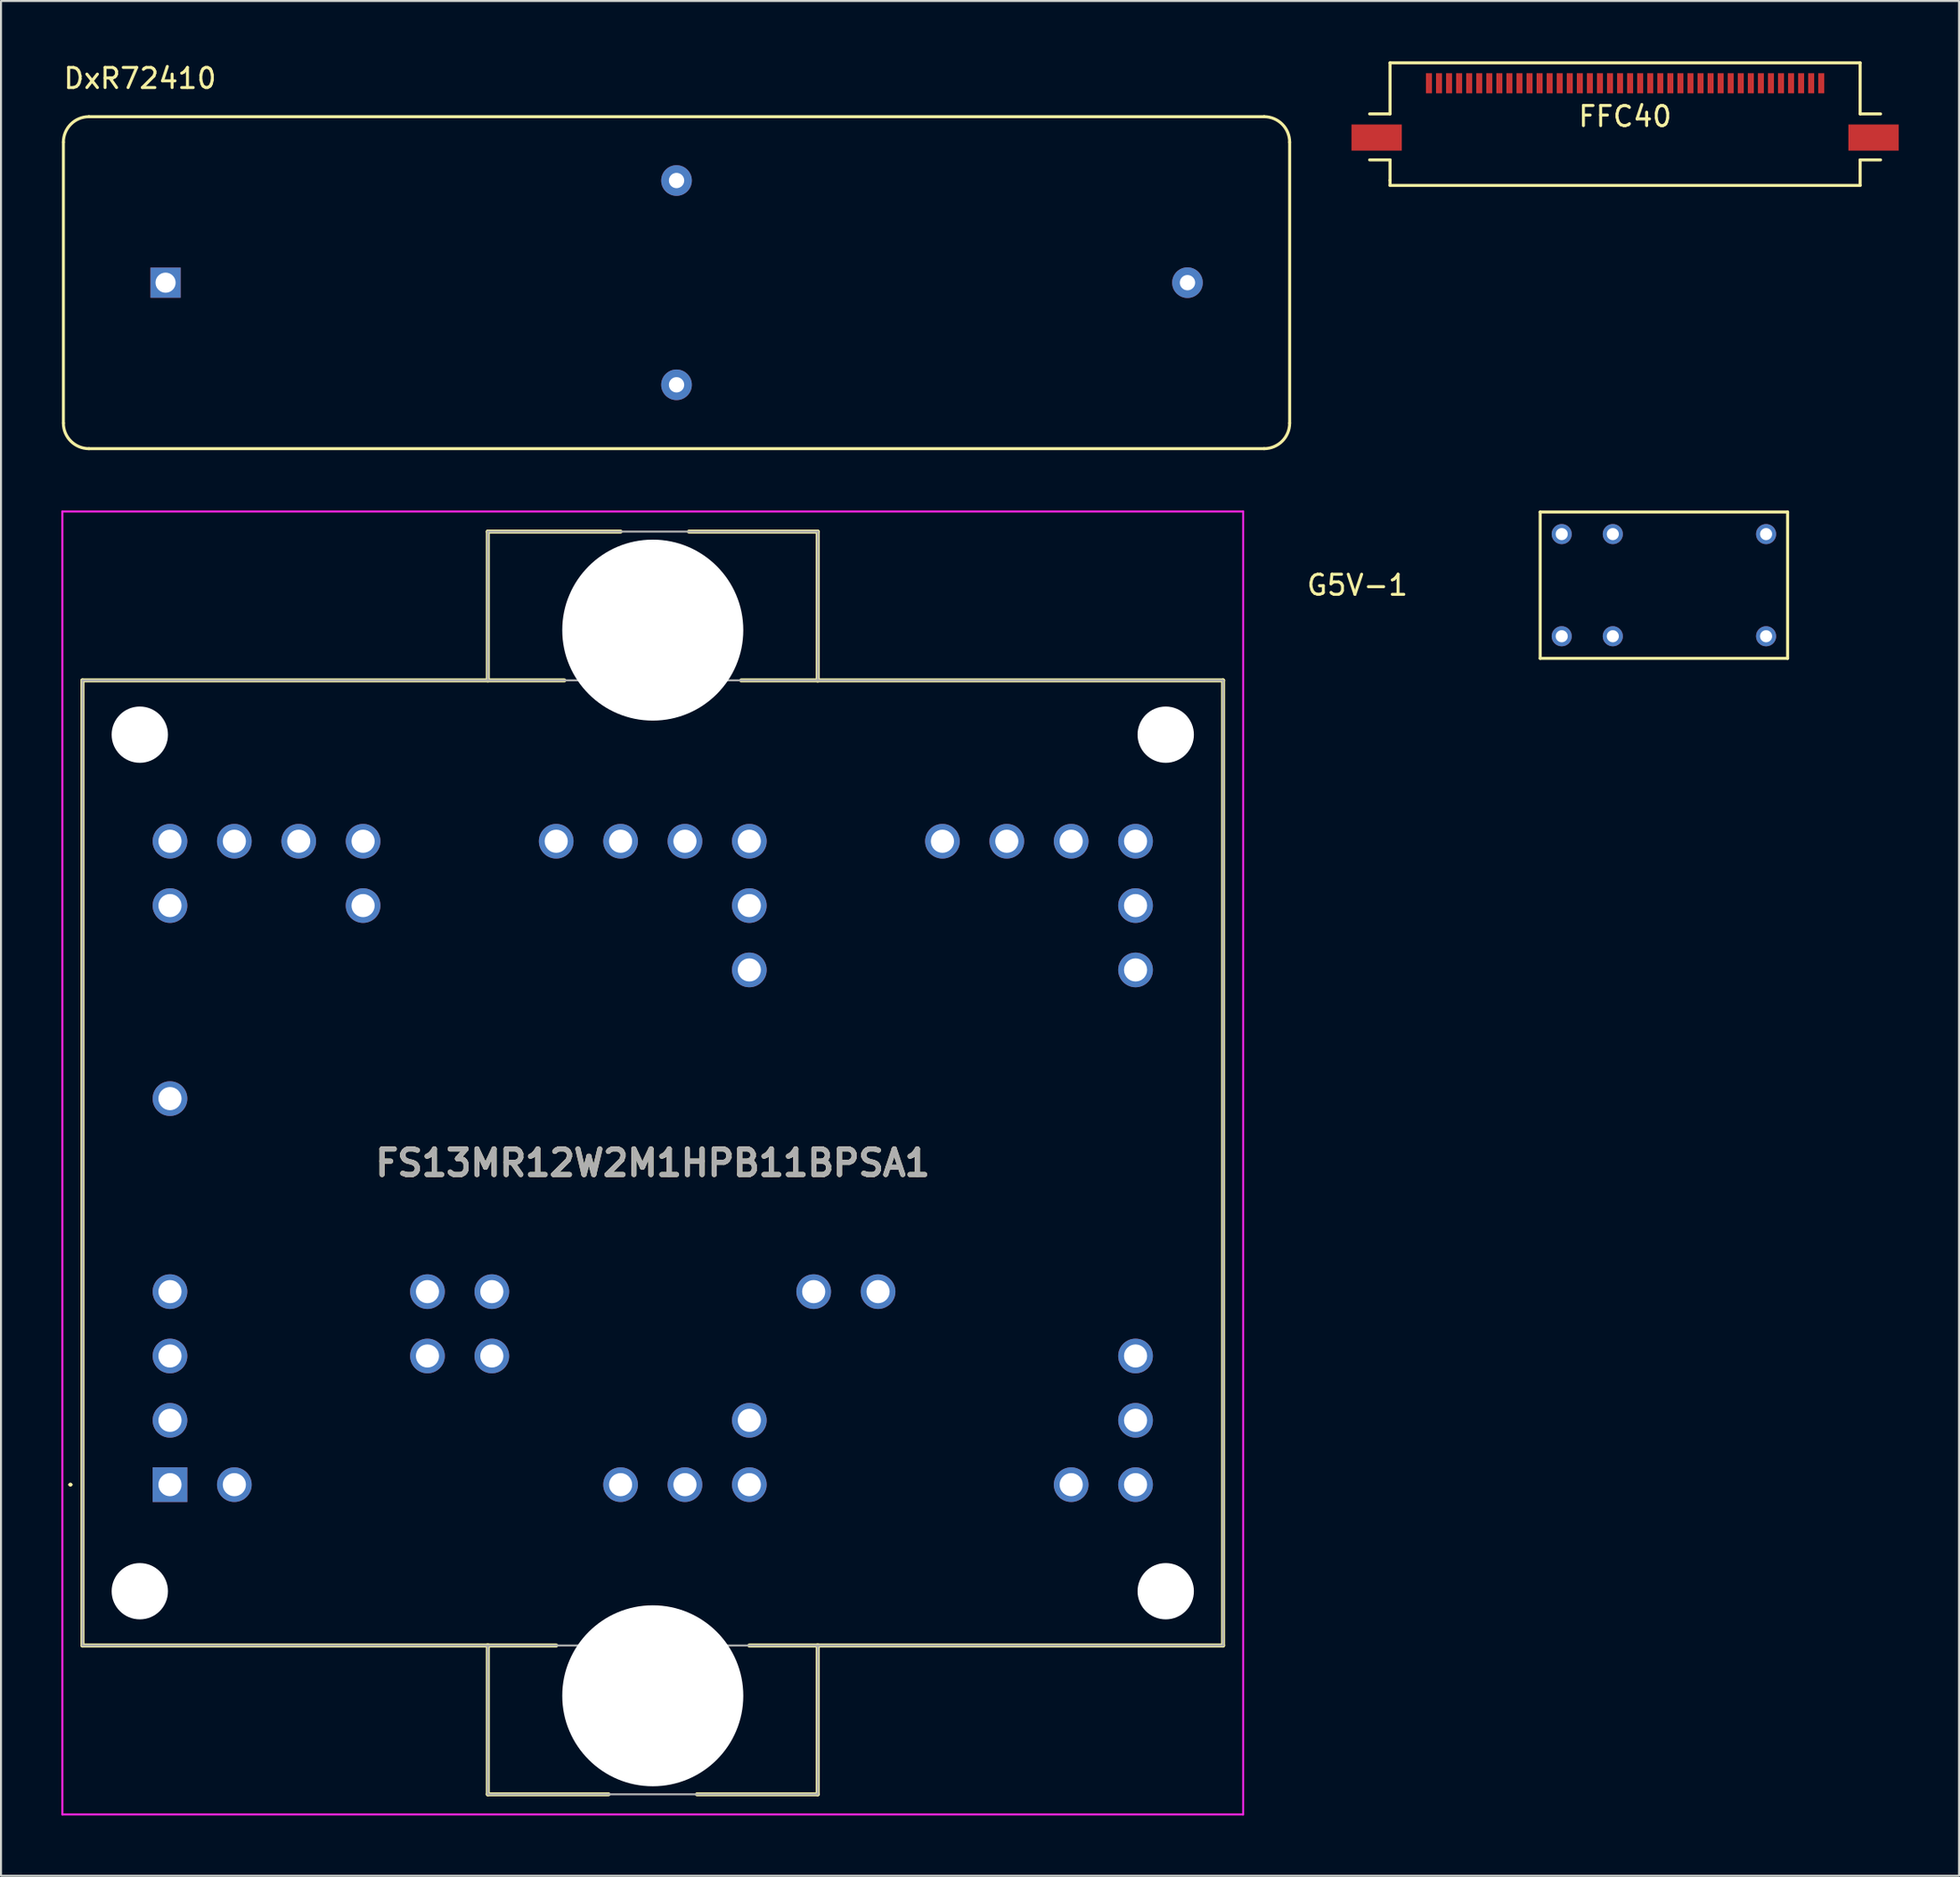
<source format=kicad_pcb>
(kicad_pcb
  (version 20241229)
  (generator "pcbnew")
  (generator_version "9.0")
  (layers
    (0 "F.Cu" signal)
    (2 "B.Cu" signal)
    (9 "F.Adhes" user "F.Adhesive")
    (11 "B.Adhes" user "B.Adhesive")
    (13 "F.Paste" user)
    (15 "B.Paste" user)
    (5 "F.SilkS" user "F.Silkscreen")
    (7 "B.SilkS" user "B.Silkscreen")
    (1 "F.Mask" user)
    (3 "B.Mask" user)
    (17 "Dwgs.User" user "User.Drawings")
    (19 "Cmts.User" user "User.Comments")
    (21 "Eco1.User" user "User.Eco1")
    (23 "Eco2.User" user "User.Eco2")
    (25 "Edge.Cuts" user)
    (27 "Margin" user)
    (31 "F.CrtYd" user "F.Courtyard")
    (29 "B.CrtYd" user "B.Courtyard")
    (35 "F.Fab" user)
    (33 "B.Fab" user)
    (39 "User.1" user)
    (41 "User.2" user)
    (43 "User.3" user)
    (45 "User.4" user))
  (footprint "FS13MR12W2M1HPB11BPSA1"
    (layer "F.Cu")
    (at 5.4 70.788)
    (property "Reference" "FS13MR12W2M1HPB11BPSA1" (at 24 -16 0) (layer "F.SilkS") (effects (font (size 1.27 1.27) (thickness 0.254))))
    (attr through_hole)
    (fp_line (start -5 0) (end -5 0) (stroke (width 0.1) (type solid)) (layer "F.SilkS"))
    (fp_line (start -4.9 0) (end -4.9 0) (stroke (width 0.1) (type solid)) (layer "F.SilkS"))
    (fp_line (start -4.35 -40) (end 19.6 -40) (stroke (width 0.2) (type solid)) (layer "F.SilkS"))
    (fp_line (start -4.35 8) (end -4.35 -40) (stroke (width 0.2) (type solid)) (layer "F.SilkS"))
    (fp_line (start 15.8 -47.4) (end 22.4 -47.4) (stroke (width 0.2) (type solid)) (layer "F.SilkS"))
    (fp_line (start 15.8 -40) (end 15.8 -47.4) (stroke (width 0.2) (type solid)) (layer "F.SilkS"))
    (fp_line (start 15.8 8) (end -4.35 8) (stroke (width 0.2) (type solid)) (layer "F.SilkS"))
    (fp_line (start 15.8 8) (end 15.8 8) (stroke (width 0.2) (type solid)) (layer "F.SilkS"))
    (fp_line (start 15.8 8) (end 19.2 8) (stroke (width 0.2) (type solid)) (layer "F.SilkS"))
    (fp_line (start 15.8 15.4) (end 15.8 8) (stroke (width 0.2) (type solid)) (layer "F.SilkS"))
    (fp_line (start 21.8 15.4) (end 15.8 15.4) (stroke (width 0.2) (type solid)) (layer "F.SilkS"))
    (fp_line (start 25.8 -47.4) (end 32.2 -47.4) (stroke (width 0.2) (type solid)) (layer "F.SilkS"))
    (fp_line (start 26.2 15.4) (end 32.2 15.4) (stroke (width 0.2) (type solid)) (layer "F.SilkS"))
    (fp_line (start 32.2 -47.4) (end 32.2 -40) (stroke (width 0.2) (type solid)) (layer "F.SilkS"))
    (fp_line (start 32.2 -40) (end 28.4 -40) (stroke (width 0.2) (type solid)) (layer "F.SilkS"))
    (fp_line (start 32.2 -40) (end 52.35 -40) (stroke (width 0.2) (type solid)) (layer "F.SilkS"))
    (fp_line (start 32.2 8) (end 28.8 8) (stroke (width 0.2) (type solid)) (layer "F.SilkS"))
    (fp_line (start 32.2 15.4) (end 32.2 8) (stroke (width 0.2) (type solid)) (layer "F.SilkS"))
    (fp_line (start 52.35 -40) (end 52.35 8) (stroke (width 0.2) (type solid)) (layer "F.SilkS"))
    (fp_line (start 52.35 8) (end 32.2 8) (stroke (width 0.2) (type solid)) (layer "F.SilkS"))
    (fp_arc (start -5 0) (mid -4.95 -0.05) (end -4.9 0) (stroke (width 0.1) (type solid)) (layer "F.SilkS"))
    (fp_arc (start -4.9 0) (mid -4.95 0.05) (end -5 0) (stroke (width 0.1) (type solid)) (layer "F.SilkS"))
    (fp_line (start -5.35 -48.4) (end -5.35 16.4) (stroke (width 0.1) (type solid)) (layer "F.CrtYd"))
    (fp_line (start -5.35 16.4) (end 53.35 16.4) (stroke (width 0.1) (type solid)) (layer "F.CrtYd"))
    (fp_line (start 53.35 -48.4) (end -5.35 -48.4) (stroke (width 0.1) (type solid)) (layer "F.CrtYd"))
    (fp_line (start 53.35 16.4) (end 53.35 -48.4) (stroke (width 0.1) (type solid)) (layer "F.CrtYd"))
    (fp_line (start -4.35 -40) (end -4.35 8) (stroke (width 0.1) (type solid)) (layer "F.Fab"))
    (fp_line (start -4.35 8) (end 52.35 8) (stroke (width 0.1) (type solid)) (layer "F.Fab"))
    (fp_line (start 15.8 -47.4) (end 15.8 -40) (stroke (width 0.1) (type solid)) (layer "F.Fab"))
    (fp_line (start 15.8 8) (end 15.8 15.4) (stroke (width 0.1) (type solid)) (layer "F.Fab"))
    (fp_line (start 15.8 15.4) (end 32.2 15.4) (stroke (width 0.1) (type solid)) (layer "F.Fab"))
    (fp_line (start 32.2 -47.4) (end 15.8 -47.4) (stroke (width 0.1) (type solid)) (layer "F.Fab"))
    (fp_line (start 32.2 -40) (end 32.2 -47.4) (stroke (width 0.1) (type solid)) (layer "F.Fab"))
    (fp_line (start 32.2 15.4) (end 32.2 8) (stroke (width 0.1) (type solid)) (layer "F.Fab"))
    (fp_line (start 52.35 -40) (end -4.35 -40) (stroke (width 0.1) (type solid)) (layer "F.Fab"))
    (fp_line (start 52.35 8) (end 52.35 -40) (stroke (width 0.1) (type solid)) (layer "F.Fab"))
    (fp_text user "${REFERENCE}" (at 24 -16 0) (layer "F.Fab") (effects (font (size 1.27 1.27) (thickness 0.254))))
    (pad "" np_thru_hole circle (at -1.5 -37.3) (size 2.8 2.8) (drill 2.8) (layers "*.Cu" "*.Mask"))
    (pad "" np_thru_hole circle (at -1.5 5.3) (size 2.8 2.8) (drill 2.8) (layers "*.Cu" "*.Mask"))
    (pad "" np_thru_hole circle (at 24 -42.5) (size 9 9) (drill 9) (layers "*.Cu" "*.Mask"))
    (pad "" np_thru_hole circle (at 24 10.5) (size 9 9) (drill 9) (layers "*.Cu" "*.Mask"))
    (pad "" np_thru_hole circle (at 49.5 -37.3) (size 2.8 2.8) (drill 2.8) (layers "*.Cu" "*.Mask"))
    (pad "" np_thru_hole circle (at 49.5 5.3) (size 2.8 2.8) (drill 2.8) (layers "*.Cu" "*.Mask"))
    (pad "1" thru_hole rect (at 0 0) (size 1.725 1.725) (drill 1.15) (layers "*.Cu" "*.Mask"))
    (pad "2" thru_hole circle (at 3.2 0) (size 1.725 1.725) (drill 1.15) (layers "*.Cu" "*.Mask"))
    (pad "3" thru_hole circle (at 22.4 0) (size 1.725 1.725) (drill 1.15) (layers "*.Cu" "*.Mask"))
    (pad "4" thru_hole circle (at 25.6 0) (size 1.725 1.725) (drill 1.15) (layers "*.Cu" "*.Mask"))
    (pad "5" thru_hole circle (at 28.8 0) (size 1.725 1.725) (drill 1.15) (layers "*.Cu" "*.Mask"))
    (pad "6" thru_hole circle (at 44.8 0) (size 1.725 1.725) (drill 1.15) (layers "*.Cu" "*.Mask"))
    (pad "7" thru_hole circle (at 48 0) (size 1.725 1.725) (drill 1.15) (layers "*.Cu" "*.Mask"))
    (pad "8" thru_hole circle (at 0 -3.2) (size 1.725 1.725) (drill 1.15) (layers "*.Cu" "*.Mask"))
    (pad "9" thru_hole circle (at 28.8 -3.2) (size 1.725 1.725) (drill 1.15) (layers "*.Cu" "*.Mask"))
    (pad "10" thru_hole circle (at 48 -3.2) (size 1.725 1.725) (drill 1.15) (layers "*.Cu" "*.Mask"))
    (pad "11" thru_hole circle (at 0 -6.4) (size 1.725 1.725) (drill 1.15) (layers "*.Cu" "*.Mask"))
    (pad "12" thru_hole circle (at 12.8 -6.4) (size 1.725 1.725) (drill 1.15) (layers "*.Cu" "*.Mask"))
    (pad "13" thru_hole circle (at 16 -6.4) (size 1.725 1.725) (drill 1.15) (layers "*.Cu" "*.Mask"))
    (pad "14" thru_hole circle (at 48 -6.4) (size 1.725 1.725) (drill 1.15) (layers "*.Cu" "*.Mask"))
    (pad "15" thru_hole circle (at 0 -9.6) (size 1.725 1.725) (drill 1.15) (layers "*.Cu" "*.Mask"))
    (pad "16" thru_hole circle (at 12.8 -9.6) (size 1.725 1.725) (drill 1.15) (layers "*.Cu" "*.Mask"))
    (pad "17" thru_hole circle (at 16 -9.6) (size 1.725 1.725) (drill 1.15) (layers "*.Cu" "*.Mask"))
    (pad "18" thru_hole circle (at 32 -9.6) (size 1.725 1.725) (drill 1.15) (layers "*.Cu" "*.Mask"))
    (pad "19" thru_hole circle (at 35.2 -9.6) (size 1.725 1.725) (drill 1.15) (layers "*.Cu" "*.Mask"))
    (pad "20" thru_hole circle (at 0 -19.2) (size 1.725 1.725) (drill 1.15) (layers "*.Cu" "*.Mask"))
    (pad "21" thru_hole circle (at 28.8 -25.6) (size 1.725 1.725) (drill 1.15) (layers "*.Cu" "*.Mask"))
    (pad "22" thru_hole circle (at 48 -25.6) (size 1.725 1.725) (drill 1.15) (layers "*.Cu" "*.Mask"))
    (pad "23" thru_hole circle (at 0 -28.8) (size 1.725 1.725) (drill 1.15) (layers "*.Cu" "*.Mask"))
    (pad "24" thru_hole circle (at 9.6 -28.8) (size 1.725 1.725) (drill 1.15) (layers "*.Cu" "*.Mask"))
    (pad "25" thru_hole circle (at 28.8 -28.8) (size 1.725 1.725) (drill 1.15) (layers "*.Cu" "*.Mask"))
    (pad "26" thru_hole circle (at 48 -28.8) (size 1.725 1.725) (drill 1.15) (layers "*.Cu" "*.Mask"))
    (pad "27" thru_hole circle (at 0 -32) (size 1.725 1.725) (drill 1.15) (layers "*.Cu" "*.Mask"))
    (pad "28" thru_hole circle (at 3.2 -32) (size 1.725 1.725) (drill 1.15) (layers "*.Cu" "*.Mask"))
    (pad "29" thru_hole circle (at 6.4 -32) (size 1.725 1.725) (drill 1.15) (layers "*.Cu" "*.Mask"))
    (pad "30" thru_hole circle (at 9.6 -32) (size 1.725 1.725) (drill 1.15) (layers "*.Cu" "*.Mask"))
    (pad "31" thru_hole circle (at 19.2 -32) (size 1.725 1.725) (drill 1.15) (layers "*.Cu" "*.Mask"))
    (pad "32" thru_hole circle (at 22.4 -32) (size 1.725 1.725) (drill 1.15) (layers "*.Cu" "*.Mask"))
    (pad "33" thru_hole circle (at 25.6 -32) (size 1.725 1.725) (drill 1.15) (layers "*.Cu" "*.Mask"))
    (pad "34" thru_hole circle (at 28.8 -32) (size 1.725 1.725) (drill 1.15) (layers "*.Cu" "*.Mask"))
    (pad "35" thru_hole circle (at 38.4 -32) (size 1.725 1.725) (drill 1.15) (layers "*.Cu" "*.Mask"))
    (pad "36" thru_hole circle (at 41.6 -32) (size 1.725 1.725) (drill 1.15) (layers "*.Cu" "*.Mask"))
    (pad "37" thru_hole circle (at 44.8 -32) (size 1.725 1.725) (drill 1.15) (layers "*.Cu" "*.Mask"))
    (pad "38" thru_hole circle (at 48 -32) (size 1.725 1.725) (drill 1.15) (layers "*.Cu" "*.Mask")))
  (footprint "FFC40"
    (layer "F.Cu")
    (at 77.736 1.091)
    (property "Reference" "FFC40" (at 0 1.65 0) (layer "F.SilkS") (effects (font (size 1 1) (thickness 0.15))))
    (attr smd)
    (fp_line (start -12.7 1.524) (end -11.684 1.524) (stroke (width 0.15) (type solid)) (layer "F.SilkS"))
    (fp_line (start -12.7 3.81) (end -11.684 3.81) (stroke (width 0.15) (type solid)) (layer "F.SilkS"))
    (fp_line (start -11.684 -1.016) (end 11.684 -1.016) (stroke (width 0.15) (type solid)) (layer "F.SilkS"))
    (fp_line (start -11.684 1.524) (end -11.684 -1.016) (stroke (width 0.15) (type solid)) (layer "F.SilkS"))
    (fp_line (start -11.684 3.81) (end -11.684 4.826) (stroke (width 0.15) (type solid)) (layer "F.SilkS"))
    (fp_line (start -11.684 4.826) (end -11.684 5.08) (stroke (width 0.15) (type solid)) (layer "F.SilkS"))
    (fp_line (start -11.684 5.08) (end 11.684 5.08) (stroke (width 0.15) (type solid)) (layer "F.SilkS"))
    (fp_line (start 11.684 -1.016) (end 11.684 1.524) (stroke (width 0.15) (type solid)) (layer "F.SilkS"))
    (fp_line (start 11.684 1.524) (end 12.7 1.524) (stroke (width 0.15) (type solid)) (layer "F.SilkS"))
    (fp_line (start 11.684 3.81) (end 12.7 3.81) (stroke (width 0.15) (type solid)) (layer "F.SilkS"))
    (fp_line (start 11.684 5.08) (end 11.684 3.81) (stroke (width 0.15) (type solid)) (layer "F.SilkS"))
    (pad "" smd rect (at -12.35 2.7) (size 2.5 1.3) (layers "F.Cu" "F.Mask" "F.Paste"))
    (pad "" smd rect (at 12.35 2.7) (size 2.5 1.3) (layers "F.Cu" "F.Mask" "F.Paste"))
    (pad "1" smd rect (at -9.75 0) (size 0.3 1) (layers "F.Cu" "F.Mask" "F.Paste"))
    (pad "2" smd rect (at -9.25 0) (size 0.3 1) (layers "F.Cu" "F.Mask" "F.Paste"))
    (pad "3" smd rect (at -8.75 0) (size 0.3 1) (layers "F.Cu" "F.Mask" "F.Paste"))
    (pad "4" smd rect (at -8.25 0) (size 0.3 1) (layers "F.Cu" "F.Mask" "F.Paste"))
    (pad "5" smd rect (at -7.75 0) (size 0.3 1) (layers "F.Cu" "F.Mask" "F.Paste"))
    (pad "6" smd rect (at -7.25 0) (size 0.3 1) (layers "F.Cu" "F.Mask" "F.Paste"))
    (pad "7" smd rect (at -6.75 0) (size 0.3 1) (layers "F.Cu" "F.Mask" "F.Paste"))
    (pad "8" smd rect (at -6.25 0) (size 0.3 1) (layers "F.Cu" "F.Mask" "F.Paste"))
    (pad "9" smd rect (at -5.75 0) (size 0.3 1) (layers "F.Cu" "F.Mask" "F.Paste"))
    (pad "10" smd rect (at -5.25 0) (size 0.3 1) (layers "F.Cu" "F.Mask" "F.Paste"))
    (pad "11" smd rect (at -4.75 0) (size 0.3 1) (layers "F.Cu" "F.Mask" "F.Paste"))
    (pad "12" smd rect (at -4.25 0) (size 0.3 1) (layers "F.Cu" "F.Mask" "F.Paste"))
    (pad "13" smd rect (at -3.75 0) (size 0.3 1) (layers "F.Cu" "F.Mask" "F.Paste"))
    (pad "14" smd rect (at -3.25 0) (size 0.3 1) (layers "F.Cu" "F.Mask" "F.Paste"))
    (pad "15" smd rect (at -2.75 0) (size 0.3 1) (layers "F.Cu" "F.Mask" "F.Paste"))
    (pad "16" smd rect (at -2.25 0) (size 0.3 1) (layers "F.Cu" "F.Mask" "F.Paste"))
    (pad "17" smd rect (at -1.75 0) (size 0.3 1) (layers "F.Cu" "F.Mask" "F.Paste"))
    (pad "18" smd rect (at -1.25 0) (size 0.3 1) (layers "F.Cu" "F.Mask" "F.Paste"))
    (pad "19" smd rect (at -0.75 0) (size 0.3 1) (layers "F.Cu" "F.Mask" "F.Paste"))
    (pad "20" smd rect (at -0.25 0) (size 0.3 1) (layers "F.Cu" "F.Mask" "F.Paste"))
    (pad "21" smd rect (at 0.25 0) (size 0.3 1) (layers "F.Cu" "F.Mask" "F.Paste"))
    (pad "22" smd rect (at 0.75 0) (size 0.3 1) (layers "F.Cu" "F.Mask" "F.Paste"))
    (pad "23" smd rect (at 1.25 0) (size 0.3 1) (layers "F.Cu" "F.Mask" "F.Paste"))
    (pad "24" smd rect (at 1.75 0) (size 0.3 1) (layers "F.Cu" "F.Mask" "F.Paste"))
    (pad "25" smd rect (at 2.25 0) (size 0.3 1) (layers "F.Cu" "F.Mask" "F.Paste"))
    (pad "26" smd rect (at 2.75 0) (size 0.3 1) (layers "F.Cu" "F.Mask" "F.Paste"))
    (pad "27" smd rect (at 3.25 0) (size 0.3 1) (layers "F.Cu" "F.Mask" "F.Paste"))
    (pad "28" smd rect (at 3.75 0) (size 0.3 1) (layers "F.Cu" "F.Mask" "F.Paste"))
    (pad "29" smd rect (at 4.25 0) (size 0.3 1) (layers "F.Cu" "F.Mask" "F.Paste"))
    (pad "30" smd rect (at 4.75 0) (size 0.3 1) (layers "F.Cu" "F.Mask" "F.Paste"))
    (pad "31" smd rect (at 5.25 0) (size 0.3 1) (layers "F.Cu" "F.Mask" "F.Paste"))
    (pad "32" smd rect (at 5.75 0) (size 0.3 1) (layers "F.Cu" "F.Mask" "F.Paste"))
    (pad "33" smd rect (at 6.25 0) (size 0.3 1) (layers "F.Cu" "F.Mask" "F.Paste"))
    (pad "34" smd rect (at 6.75 0) (size 0.3 1) (layers "F.Cu" "F.Mask" "F.Paste"))
    (pad "35" smd rect (at 7.25 0) (size 0.3 1) (layers "F.Cu" "F.Mask" "F.Paste"))
    (pad "36" smd rect (at 7.75 0) (size 0.3 1) (layers "F.Cu" "F.Mask" "F.Paste"))
    (pad "37" smd rect (at 8.25 0) (size 0.3 1) (layers "F.Cu" "F.Mask" "F.Paste"))
    (pad "38" smd rect (at 8.75 0) (size 0.3 1) (layers "F.Cu" "F.Mask" "F.Paste"))
    (pad "39" smd rect (at 9.25 0) (size 0.3 1) (layers "F.Cu" "F.Mask" "F.Paste"))
    (pad "40" smd rect (at 9.75 0) (size 0.3 1) (layers "F.Cu" "F.Mask" "F.Paste")))
  (footprint "G5V-1"
    (layer "F.Cu")
    (at 74.585 28.593)
    (property "Reference" "G5V-1" (at -10.16 -2.54 0) (layer "F.SilkS") (effects (font (size 1 1) (thickness 0.15))))
    (attr through_hole)
    (fp_line (start -1.07 -6.18) (end -1.07 1.1) (stroke (width 0.15) (type solid)) (layer "F.SilkS"))
    (fp_line (start -1.07 1.1) (end 11.23 1.1) (stroke (width 0.15) (type solid)) (layer "F.SilkS"))
    (fp_line (start 11.23 -6.18) (end -1.07 -6.18) (stroke (width 0.15) (type solid)) (layer "F.SilkS"))
    (fp_line (start 11.23 1.1) (end 11.23 -6.18) (stroke (width 0.15) (type solid)) (layer "F.SilkS"))
    (pad "1" thru_hole circle (at 0 -5.08) (size 1 1) (drill 0.6) (layers "*.Cu" "*.Mask"))
    (pad "2" thru_hole circle (at 2.54 -5.08) (size 1 1) (drill 0.6) (layers "*.Cu" "*.Mask"))
    (pad "3" thru_hole circle (at 10.16 -5.08) (size 1 1) (drill 0.6) (layers "*.Cu" "*.Mask"))
    (pad "4" thru_hole circle (at 10.16 0) (size 1 1) (drill 0.6) (layers "*.Cu" "*.Mask"))
    (pad "5" thru_hole circle (at 2.54 0) (size 1 1) (drill 0.6) (layers "*.Cu" "*.Mask"))
    (pad "6" thru_hole circle (at 0 0) (size 1 1) (drill 0.6) (layers "*.Cu" "*.Mask")))
  (footprint "DxR72410"
    (layer "F.Cu")
    (at 5.181 11.008)
    (property "Reference" "DxR72410" (at -1.27 -10.16 0) (layer "F.SilkS") (effects (font (size 1 1) (thickness 0.15))))
    (attr through_hole)
    (fp_line (start -5.08 6.985) (end -5.08 -6.985) (stroke (width 0.15) (type solid)) (layer "F.SilkS"))
    (fp_line (start -3.81 -8.255) (end 54.61 -8.255) (stroke (width 0.15) (type solid)) (layer "F.SilkS"))
    (fp_line (start 54.61 8.255) (end -3.81 8.255) (stroke (width 0.15) (type solid)) (layer "F.SilkS"))
    (fp_line (start 55.88 -6.985) (end 55.88 6.985) (stroke (width 0.15) (type solid)) (layer "F.SilkS"))
    (fp_arc (start -5.08 -6.985) (mid -4.708026 -7.883026) (end -3.81 -8.255) (stroke (width 0.15) (type solid)) (layer "F.SilkS"))
    (fp_arc (start -3.81 8.255) (mid -4.708026 7.883026) (end -5.08 6.985) (stroke (width 0.15) (type solid)) (layer "F.SilkS"))
    (fp_arc (start 54.61 -8.255) (mid 55.508026 -7.883026) (end 55.88 -6.985) (stroke (width 0.15) (type solid)) (layer "F.SilkS"))
    (fp_arc (start 55.88 6.985) (mid 55.508026 7.883026) (end 54.61 8.255) (stroke (width 0.15) (type solid)) (layer "F.SilkS"))
    (pad "1" thru_hole rect (at 0 0) (size 1.5 1.5) (drill 1) (layers "*.Cu" "*.Mask"))
    (pad "2" thru_hole circle (at 50.8 0) (size 1.524 1.524) (drill 0.762) (layers "*.Cu" "*.Mask"))
    (pad "3" thru_hole circle (at 25.4 5.08) (size 1.524 1.524) (drill 0.762) (layers "*.Cu" "*.Mask"))
    (pad "4" thru_hole circle (at 25.4 -5.08) (size 1.524 1.524) (drill 0.762) (layers "*.Cu" "*.Mask")))
  (gr_rect
    (start -3 -3)
    (end 94.336 90.238)
    (stroke (width 0.1) (type default))
    (fill no)
    (layer "Edge.Cuts")))
</source>
